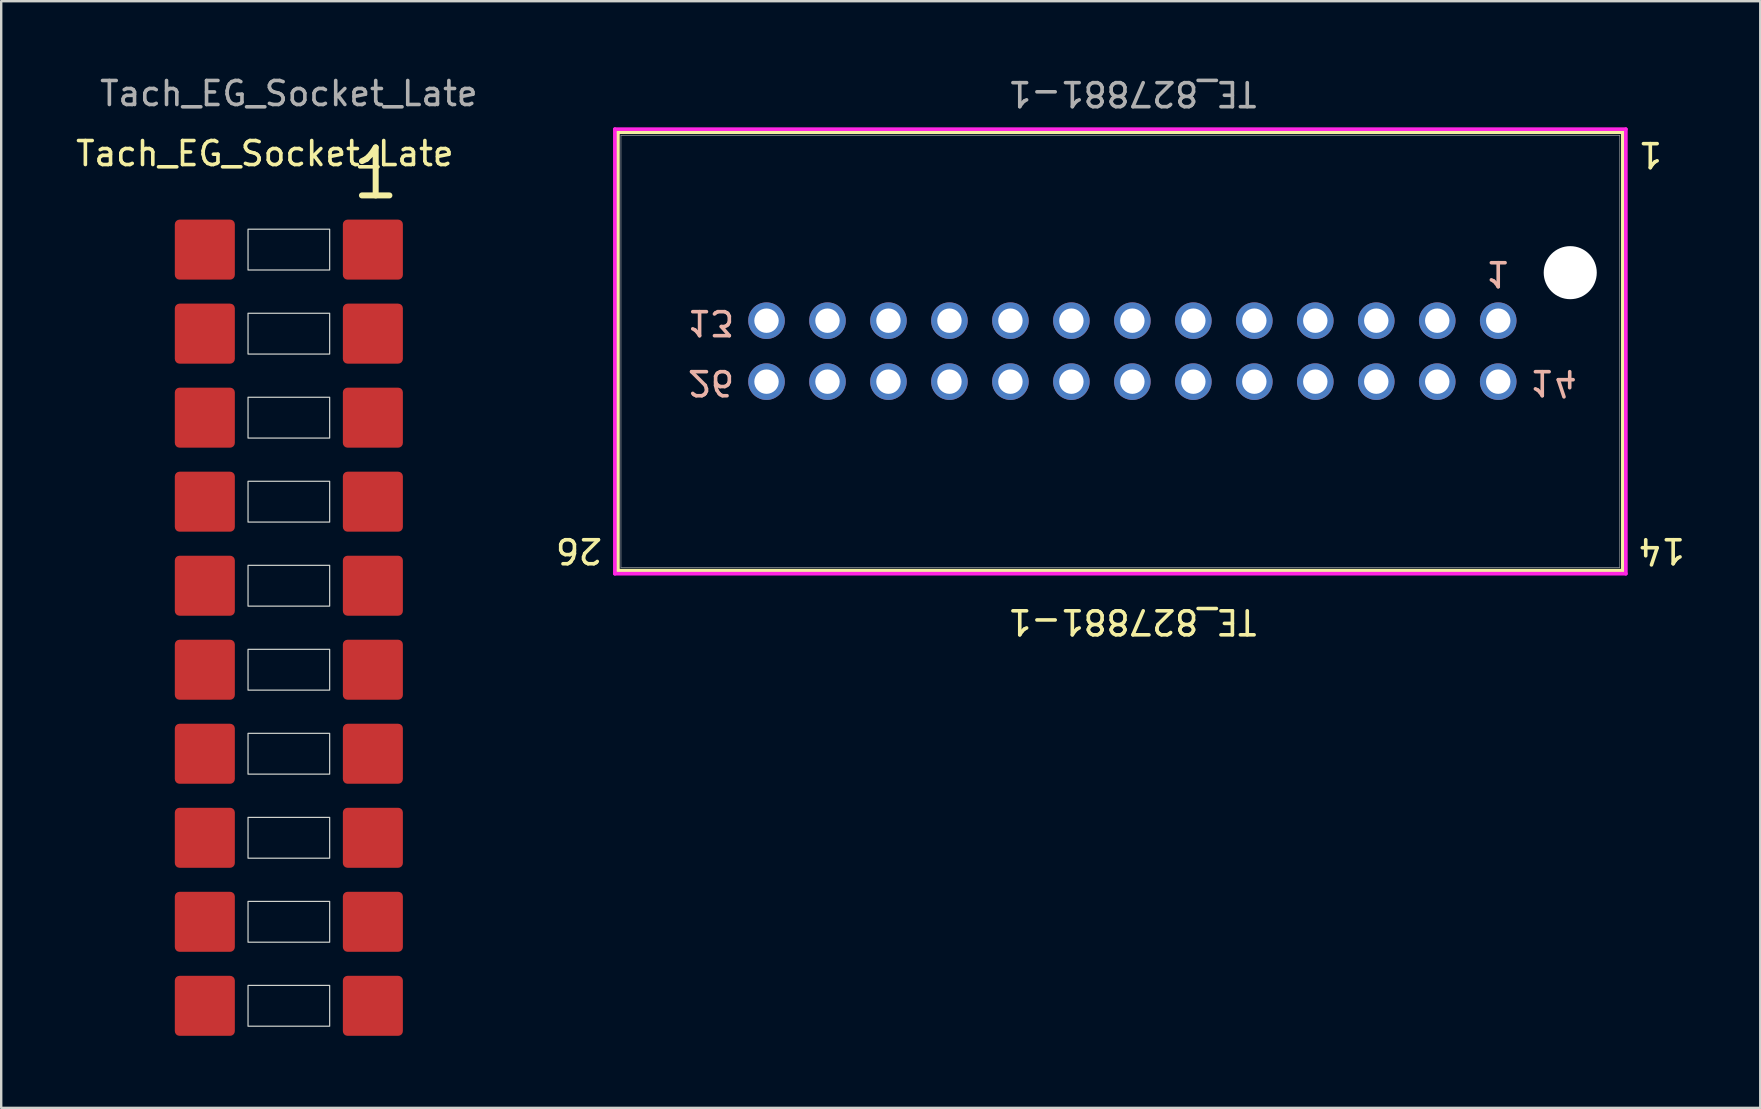
<source format=kicad_pcb>
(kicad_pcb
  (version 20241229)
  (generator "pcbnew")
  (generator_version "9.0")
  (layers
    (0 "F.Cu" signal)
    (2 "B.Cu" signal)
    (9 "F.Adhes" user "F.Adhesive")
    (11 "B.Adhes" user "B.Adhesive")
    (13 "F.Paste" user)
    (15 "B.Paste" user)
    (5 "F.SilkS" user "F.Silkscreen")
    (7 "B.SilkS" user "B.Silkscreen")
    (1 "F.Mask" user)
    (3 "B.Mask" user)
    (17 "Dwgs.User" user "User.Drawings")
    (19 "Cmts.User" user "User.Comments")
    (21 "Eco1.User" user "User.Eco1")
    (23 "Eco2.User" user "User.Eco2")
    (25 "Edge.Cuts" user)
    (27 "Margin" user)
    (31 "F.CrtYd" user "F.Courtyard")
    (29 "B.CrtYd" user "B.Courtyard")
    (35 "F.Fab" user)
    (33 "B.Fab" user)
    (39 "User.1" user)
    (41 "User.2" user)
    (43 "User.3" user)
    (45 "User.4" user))
  (footprint "Tach_EG_Socket_Late"
    (layer "F.Cu")
    (at 8.982 24.848)
    (property "Reference" "Tach_EG_Socket_Late" (at -1 -21.5 0) (unlocked yes) (layer "F.SilkS") (effects (font (size 1 1) (thickness 0.15))))
    (attr through_hole)
    (fp_rect (start -1.7 -18.35) (end 1.7 -16.65) (stroke (width 0.05) (type solid)) (fill no) (layer "Edge.Cuts"))
    (fp_rect (start -1.7 -14.85) (end 1.7 -13.15) (stroke (width 0.05) (type solid)) (fill no) (layer "Edge.Cuts"))
    (fp_rect (start -1.7 -11.35) (end 1.7 -9.65) (stroke (width 0.05) (type solid)) (fill no) (layer "Edge.Cuts"))
    (fp_rect (start -1.7 -7.85) (end 1.7 -6.15) (stroke (width 0.05) (type solid)) (fill no) (layer "Edge.Cuts"))
    (fp_rect (start -1.7 -4.35) (end 1.7 -2.65) (stroke (width 0.05) (type solid)) (fill no) (layer "Edge.Cuts"))
    (fp_rect (start -1.7 -0.85) (end 1.7 0.85) (stroke (width 0.05) (type solid)) (fill no) (layer "Edge.Cuts"))
    (fp_rect (start -1.7 2.65) (end 1.7 4.35) (stroke (width 0.05) (type solid)) (fill no) (layer "Edge.Cuts"))
    (fp_rect (start -1.7 6.15) (end 1.7 7.85) (stroke (width 0.05) (type solid)) (fill no) (layer "Edge.Cuts"))
    (fp_rect (start -1.7 9.65) (end 1.7 11.35) (stroke (width 0.05) (type solid)) (fill no) (layer "Edge.Cuts"))
    (fp_rect (start -1.7 13.15) (end 1.7 14.85) (stroke (width 0.05) (type solid)) (fill no) (layer "Edge.Cuts"))
    (fp_text user "1" (at 2.5 -19.5 0) (unlocked yes) (layer "F.SilkS") (effects (font (size 2 2) (thickness 0.25)) (justify left bottom)))
    (fp_text user "${REFERENCE}" (at 0 -24 0) (unlocked yes) (layer "F.Fab") (effects (font (size 1 1) (thickness 0.15))))
    (pad "1" smd roundrect (at -3.5 -17.5) (size 2.5 2.5) (layers "F.Cu" "F.Mask" "F.Paste") (roundrect_rratio 0.079))
    (pad "1" smd roundrect (at 3.5 -17.5) (size 2.5 2.5) (layers "F.Cu" "F.Mask" "F.Paste") (roundrect_rratio 0.079))
    (pad "2" smd roundrect (at -3.5 -14) (size 2.5 2.5) (layers "F.Cu" "F.Mask" "F.Paste") (roundrect_rratio 0.079))
    (pad "2" smd roundrect (at 3.5 -14) (size 2.5 2.5) (layers "F.Cu" "F.Mask" "F.Paste") (roundrect_rratio 0.079))
    (pad "3" smd roundrect (at -3.5 -10.5) (size 2.5 2.5) (layers "F.Cu" "F.Mask" "F.Paste") (roundrect_rratio 0.079))
    (pad "3" smd roundrect (at 3.5 -10.5) (size 2.5 2.5) (layers "F.Cu" "F.Mask" "F.Paste") (roundrect_rratio 0.079))
    (pad "4" smd roundrect (at -3.5 -7) (size 2.5 2.5) (layers "F.Cu" "F.Mask" "F.Paste") (roundrect_rratio 0.079))
    (pad "4" smd roundrect (at 3.5 -7) (size 2.5 2.5) (layers "F.Cu" "F.Mask" "F.Paste") (roundrect_rratio 0.079))
    (pad "5" smd roundrect (at -3.5 -3.5) (size 2.5 2.5) (layers "F.Cu" "F.Mask" "F.Paste") (roundrect_rratio 0.079))
    (pad "5" smd roundrect (at 3.5 -3.5) (size 2.5 2.5) (layers "F.Cu" "F.Mask" "F.Paste") (roundrect_rratio 0.079))
    (pad "6" smd roundrect (at -3.5 0) (size 2.5 2.5) (layers "F.Cu" "F.Mask" "F.Paste") (roundrect_rratio 0.079))
    (pad "6" smd roundrect (at 3.5 0) (size 2.5 2.5) (layers "F.Cu" "F.Mask" "F.Paste") (roundrect_rratio 0.079))
    (pad "7" smd roundrect (at -3.5 3.5) (size 2.5 2.5) (layers "F.Cu" "F.Mask" "F.Paste") (roundrect_rratio 0.079))
    (pad "7" smd roundrect (at 3.5 3.5) (size 2.5 2.5) (layers "F.Cu" "F.Mask" "F.Paste") (roundrect_rratio 0.079))
    (pad "8" smd roundrect (at -3.5 7) (size 2.5 2.5) (layers "F.Cu" "F.Mask" "F.Paste") (roundrect_rratio 0.079))
    (pad "8" smd roundrect (at 3.5 7) (size 2.5 2.5) (layers "F.Cu" "F.Mask" "F.Paste") (roundrect_rratio 0.079))
    (pad "9" smd roundrect (at -3.5 10.5) (size 2.5 2.5) (layers "F.Cu" "F.Mask" "F.Paste") (roundrect_rratio 0.079))
    (pad "9" smd roundrect (at 3.5 10.5) (size 2.5 2.5) (layers "F.Cu" "F.Mask" "F.Paste") (roundrect_rratio 0.079))
    (pad "10" smd roundrect (at -3.5 14) (size 2.5 2.5) (layers "F.Cu" "F.Mask" "F.Paste") (roundrect_rratio 0.079))
    (pad "10" smd roundrect (at 3.5 14) (size 2.5 2.5) (layers "F.Cu" "F.Mask" "F.Paste") (roundrect_rratio 0.079)))
  (footprint "TE_827881-1"
    (layer "F.Cu")
    (at 44.119 11.348)
    (property "Reference" "TE_827881-1" (at 0 11.5 180) (unlocked yes) (layer "F.SilkS") (effects (font (size 1 1) (thickness 0.15))))
    (attr through_hole)
    (fp_line (start -21.43 -8.89) (end 20.43 -8.89) (stroke (width 0.152) (type solid)) (layer "F.SilkS"))
    (fp_line (start -21.43 9.373) (end -21.43 -8.89) (stroke (width 0.152) (type solid)) (layer "F.SilkS"))
    (fp_line (start 20.43 -8.89) (end 20.43 9.373) (stroke (width 0.152) (type solid)) (layer "F.SilkS"))
    (fp_line (start 20.43 9.373) (end -21.43 9.373) (stroke (width 0.152) (type solid)) (layer "F.SilkS"))
    (fp_line (start -21.557 -9.017) (end 20.557 -9.017) (stroke (width 0.152) (type solid)) (layer "F.CrtYd"))
    (fp_line (start -21.557 9.5) (end -21.557 -9.017) (stroke (width 0.152) (type solid)) (layer "F.CrtYd"))
    (fp_line (start 20.557 -9.017) (end 20.557 9.5) (stroke (width 0.152) (type solid)) (layer "F.CrtYd"))
    (fp_line (start 20.557 9.5) (end -21.557 9.5) (stroke (width 0.152) (type solid)) (layer "F.CrtYd"))
    (fp_line (start -21.303 -8.763) (end 20.303 -8.763) (stroke (width 0.025) (type solid)) (layer "F.Fab"))
    (fp_line (start -21.303 9.246) (end -21.303 -8.763) (stroke (width 0.025) (type solid)) (layer "F.Fab"))
    (fp_line (start 20.303 -8.763) (end 20.303 9.246) (stroke (width 0.025) (type solid)) (layer "F.Fab"))
    (fp_line (start 20.303 9.246) (end -21.303 9.246) (stroke (width 0.025) (type solid)) (layer "F.Fab"))
    (fp_text user "14" (at 21 8.54 180) (unlocked yes) (layer "F.SilkS") (effects (font (size 1 1) (thickness 0.15)) (justify right)))
    (fp_text user "26" (at -22 8.54 180) (unlocked yes) (layer "F.SilkS") (effects (font (size 1 1) (thickness 0.15)) (justify left)))
    (fp_text user "1" (at 21 -7.96 180) (unlocked yes) (layer "F.SilkS") (effects (font (size 1 1) (thickness 0.15)) (justify right)))
    (fp_text user "13" (at -16.5 -0.96 180) (unlocked yes) (layer "B.SilkS") (effects (font (size 1 1) (thickness 0.15)) (justify right mirror)))
    (fp_text user "26" (at -16.5 1.54 180) (unlocked yes) (layer "B.SilkS") (effects (font (size 1 1) (thickness 0.15)) (justify right mirror)))
    (fp_text user "1" (at 15.24 -3 180) (unlocked yes) (layer "B.SilkS") (effects (font (size 1 1) (thickness 0.15)) (justify mirror)))
    (fp_text user "14" (at 16.5 1.54 180) (unlocked yes) (layer "B.SilkS") (effects (font (size 1 1) (thickness 0.15)) (justify left mirror)))
    (fp_text user "${REFERENCE}" (at 0 -10.5 180) (unlocked yes) (layer "F.Fab") (effects (font (size 1 1) (thickness 0.15))))
    (pad "" np_thru_hole circle (at 18.24 -3.04) (size 2.21 2.21) (drill 2.21) (layers "*.Cu" "*.Mask"))
    (pad "1" thru_hole circle (at 15.24 -1.04) (size 1.524 1.524) (drill 1.016) (layers "*.Cu" "*.Mask"))
    (pad "2" thru_hole circle (at 12.7 -1.04) (size 1.524 1.524) (drill 1.016) (layers "*.Cu" "*.Mask"))
    (pad "3" thru_hole circle (at 10.16 -1.04) (size 1.524 1.524) (drill 1.016) (layers "*.Cu" "*.Mask"))
    (pad "4" thru_hole circle (at 7.62 -1.04) (size 1.524 1.524) (drill 1.016) (layers "*.Cu" "*.Mask"))
    (pad "5" thru_hole circle (at 5.08 -1.04) (size 1.524 1.524) (drill 1.016) (layers "*.Cu" "*.Mask"))
    (pad "6" thru_hole circle (at 2.54 -1.04) (size 1.524 1.524) (drill 1.016) (layers "*.Cu" "*.Mask"))
    (pad "7" thru_hole circle (at 0 -1.04) (size 1.524 1.524) (drill 1.016) (layers "*.Cu" "*.Mask"))
    (pad "8" thru_hole circle (at -2.54 -1.04) (size 1.524 1.524) (drill 1.016) (layers "*.Cu" "*.Mask"))
    (pad "9" thru_hole circle (at -5.08 -1.04) (size 1.524 1.524) (drill 1.016) (layers "*.Cu" "*.Mask"))
    (pad "10" thru_hole circle (at -7.62 -1.04) (size 1.524 1.524) (drill 1.016) (layers "*.Cu" "*.Mask"))
    (pad "11" thru_hole circle (at -10.16 -1.04) (size 1.524 1.524) (drill 1.016) (layers "*.Cu" "*.Mask"))
    (pad "12" thru_hole circle (at -12.7 -1.04) (size 1.524 1.524) (drill 1.016) (layers "*.Cu" "*.Mask"))
    (pad "13" thru_hole circle (at -15.24 -1.04) (size 1.524 1.524) (drill 1.016) (layers "*.Cu" "*.Mask"))
    (pad "14" thru_hole circle (at 15.24 1.5) (size 1.524 1.524) (drill 1.016) (layers "*.Cu" "*.Mask"))
    (pad "15" thru_hole circle (at 12.7 1.5) (size 1.524 1.524) (drill 1.016) (layers "*.Cu" "*.Mask"))
    (pad "16" thru_hole circle (at 10.16 1.5) (size 1.524 1.524) (drill 1.016) (layers "*.Cu" "*.Mask"))
    (pad "17" thru_hole circle (at 7.62 1.5) (size 1.524 1.524) (drill 1.016) (layers "*.Cu" "*.Mask"))
    (pad "18" thru_hole circle (at 5.08 1.5) (size 1.524 1.524) (drill 1.016) (layers "*.Cu" "*.Mask"))
    (pad "19" thru_hole circle (at 2.54 1.5) (size 1.524 1.524) (drill 1.016) (layers "*.Cu" "*.Mask"))
    (pad "20" thru_hole circle (at 0 1.5) (size 1.524 1.524) (drill 1.016) (layers "*.Cu" "*.Mask"))
    (pad "21" thru_hole circle (at -2.54 1.5) (size 1.524 1.524) (drill 1.016) (layers "*.Cu" "*.Mask"))
    (pad "22" thru_hole circle (at -5.08 1.5) (size 1.524 1.524) (drill 1.016) (layers "*.Cu" "*.Mask"))
    (pad "23" thru_hole circle (at -7.62 1.5) (size 1.524 1.524) (drill 1.016) (layers "*.Cu" "*.Mask"))
    (pad "24" thru_hole circle (at -10.16 1.5) (size 1.524 1.524) (drill 1.016) (layers "*.Cu" "*.Mask"))
    (pad "25" thru_hole circle (at -12.7 1.5) (size 1.524 1.524) (drill 1.016) (layers "*.Cu" "*.Mask"))
    (pad "26" thru_hole circle (at -15.24 1.5) (size 1.524 1.524) (drill 1.016) (layers "*.Cu" "*.Mask")))
  (gr_rect
    (start -3 -3)
    (end 70.274 43.098)
    (stroke (width 0.1) (type default))
    (fill no)
    (layer "Edge.Cuts")))
</source>
